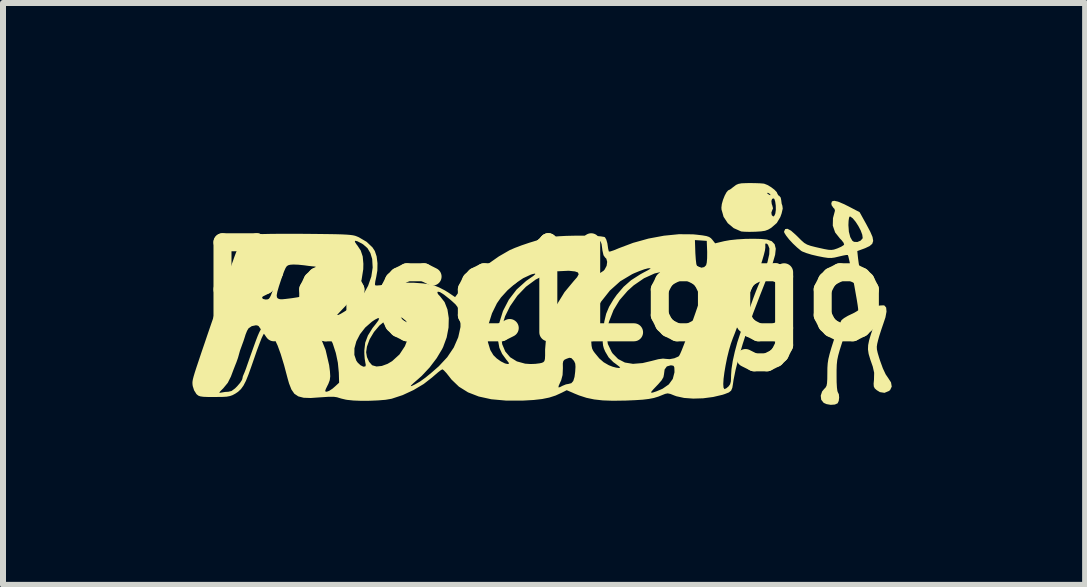
<source format=kicad_pcb>
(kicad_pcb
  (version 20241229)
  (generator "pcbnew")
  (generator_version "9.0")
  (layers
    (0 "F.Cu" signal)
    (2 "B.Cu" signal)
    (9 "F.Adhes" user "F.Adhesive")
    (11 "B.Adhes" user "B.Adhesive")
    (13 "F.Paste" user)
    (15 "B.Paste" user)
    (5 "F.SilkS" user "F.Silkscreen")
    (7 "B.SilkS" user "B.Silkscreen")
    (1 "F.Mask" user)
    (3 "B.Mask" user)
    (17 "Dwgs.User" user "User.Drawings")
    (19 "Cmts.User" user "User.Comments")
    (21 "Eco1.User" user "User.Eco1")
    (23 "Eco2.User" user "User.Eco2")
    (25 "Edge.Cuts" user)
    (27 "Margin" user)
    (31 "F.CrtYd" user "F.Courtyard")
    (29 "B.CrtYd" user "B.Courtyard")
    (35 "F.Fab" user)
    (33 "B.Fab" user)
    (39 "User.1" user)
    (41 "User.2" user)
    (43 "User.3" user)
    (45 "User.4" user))
  (footprint "RocciLogo"
    (layer "F.Cu")
    (at 6.014 1.808)
    (property "Reference" "RocciLogo" (at 0 0 0) (layer "F.SilkS") (effects (font (size 1.5 1.5) (thickness 0.3))))
    (attr board_only exclude_from_pos_files exclude_from_bom)
    (fp_poly (pts (xy 3.515 -1.807) (xy 3.599 -1.804) (xy 3.658 -1.799) (xy 3.669 -1.797) (xy 3.722 -1.776) (xy 3.783 -1.74) (xy 3.839 -1.697) (xy 3.877 -1.657) (xy 3.886 -1.635) (xy 3.903 -1.604) (xy 3.919 -1.595) (xy 3.943 -1.566) (xy 3.952 -1.521) (xy 3.959 -1.465) (xy 3.971 -1.43) (xy 3.977 -1.383) (xy 3.958 -1.301) (xy 3.936 -1.24) (xy 3.878 -1.143) (xy 3.785 -1.062) (xy 3.734 -1.032) (xy 3.682 -1.013) (xy 3.615 -1.003) (xy 3.518 -0.997) (xy 3.513 -0.997) (xy 3.421 -0.995) (xy 3.343 -0.997) (xy 3.291 -1.001) (xy 3.282 -1.003) (xy 3.16 -1.057) (xy 3.061 -1.14) (xy 2.991 -1.246) (xy 2.972 -1.315) (xy 3.787 -1.315) (xy 3.794 -1.274) (xy 3.817 -1.252) (xy 3.822 -1.251) (xy 3.841 -1.27) (xy 3.854 -1.302) (xy 3.862 -1.362) (xy 3.861 -1.432) (xy 3.852 -1.497) (xy 3.838 -1.541) (xy 3.828 -1.552) (xy 3.8 -1.545) (xy 3.788 -1.509) (xy 3.794 -1.458) (xy 3.802 -1.438) (xy 3.815 -1.387) (xy 3.801 -1.354) (xy 3.787 -1.315) (xy 2.972 -1.315) (xy 2.957 -1.366) (xy 2.955 -1.399) (xy 2.962 -1.458) (xy 2.982 -1.529) (xy 3.01 -1.599) (xy 3.031 -1.638) (xy 3.717 -1.638) (xy 3.732 -1.625) (xy 3.767 -1.605) (xy 3.772 -1.612) (xy 3.765 -1.625) (xy 3.733 -1.645) (xy 3.725 -1.646) (xy 3.717 -1.638) (xy 3.031 -1.638) (xy 3.041 -1.656) (xy 3.069 -1.688) (xy 3.077 -1.69) (xy 3.102 -1.703) (xy 3.145 -1.736) (xy 3.161 -1.748) (xy 3.199 -1.777) (xy 3.238 -1.794) (xy 3.29 -1.804) (xy 3.367 -1.807) (xy 3.421 -1.808)) (stroke (width 0) (type solid)) (fill yes) (layer "F.SilkS"))
    (fp_poly (pts (xy 4.898 -1.499) (xy 4.993 -1.459) (xy 5.074 -1.419) (xy 5.258 -1.323) (xy 5.372 -1.117) (xy 5.435 -0.998) (xy 5.473 -0.91) (xy 5.484 -0.844) (xy 5.468 -0.796) (xy 5.424 -0.758) (xy 5.352 -0.724) (xy 5.326 -0.714) (xy 5.219 -0.675) (xy 5.232 -0.551) (xy 5.243 -0.471) (xy 5.26 -0.369) (xy 5.281 -0.254) (xy 5.304 -0.134) (xy 5.329 -0.017) (xy 5.353 0.088) (xy 5.374 0.173) (xy 5.39 0.23) (xy 5.399 0.249) (xy 5.434 0.26) (xy 5.501 0.251) (xy 5.528 0.245) (xy 5.597 0.232) (xy 5.653 0.229) (xy 5.671 0.232) (xy 5.7 0.266) (xy 5.706 0.333) (xy 5.688 0.43) (xy 5.654 0.532) (xy 5.62 0.631) (xy 5.585 0.74) (xy 5.566 0.808) (xy 5.551 0.87) (xy 5.544 0.918) (xy 5.546 0.964) (xy 5.559 1.022) (xy 5.583 1.103) (xy 5.599 1.152) (xy 5.645 1.279) (xy 5.692 1.379) (xy 5.731 1.436) (xy 5.781 1.513) (xy 5.793 1.583) (xy 5.766 1.64) (xy 5.747 1.656) (xy 5.672 1.687) (xy 5.596 1.675) (xy 5.544 1.643) (xy 5.51 1.613) (xy 5.494 1.581) (xy 5.491 1.534) (xy 5.497 1.472) (xy 5.5 1.352) (xy 5.477 1.25) (xy 5.435 1.13) (xy 5.408 1.038) (xy 5.397 0.963) (xy 5.4 0.892) (xy 5.416 0.812) (xy 5.446 0.711) (xy 5.456 0.682) (xy 5.486 0.586) (xy 5.511 0.507) (xy 5.527 0.452) (xy 5.532 0.431) (xy 5.514 0.419) (xy 5.494 0.417) (xy 5.451 0.424) (xy 5.381 0.443) (xy 5.298 0.469) (xy 5.214 0.498) (xy 5.14 0.526) (xy 5.091 0.549) (xy 5.078 0.557) (xy 5.062 0.586) (xy 5.036 0.649) (xy 5.004 0.736) (xy 4.969 0.839) (xy 4.963 0.858) (xy 4.926 0.975) (xy 4.901 1.065) (xy 4.885 1.141) (xy 4.877 1.218) (xy 4.874 1.31) (xy 4.874 1.4) (xy 4.875 1.51) (xy 4.88 1.599) (xy 4.888 1.658) (xy 4.896 1.679) (xy 4.912 1.711) (xy 4.917 1.766) (xy 4.91 1.822) (xy 4.891 1.862) (xy 4.891 1.862) (xy 4.845 1.882) (xy 4.777 1.887) (xy 4.707 1.875) (xy 4.659 1.854) (xy 4.618 1.802) (xy 4.61 1.734) (xy 4.633 1.664) (xy 4.665 1.625) (xy 4.691 1.598) (xy 4.707 1.568) (xy 4.715 1.525) (xy 4.719 1.458) (xy 4.72 1.359) (xy 4.721 1.271) (xy 4.726 1.196) (xy 4.737 1.124) (xy 4.757 1.042) (xy 4.786 0.941) (xy 4.821 0.831) (xy 4.859 0.717) (xy 4.896 0.616) (xy 4.927 0.535) (xy 4.951 0.485) (xy 4.958 0.474) (xy 4.998 0.442) (xy 5.062 0.404) (xy 5.108 0.382) (xy 5.172 0.351) (xy 5.219 0.323) (xy 5.234 0.311) (xy 5.233 0.285) (xy 5.225 0.224) (xy 5.211 0.136) (xy 5.192 0.029) (xy 5.171 -0.091) (xy 5.147 -0.214) (xy 5.124 -0.332) (xy 5.103 -0.439) (xy 5.084 -0.527) (xy 5.07 -0.586) (xy 5.061 -0.61) (xy 5.037 -0.61) (xy 4.982 -0.6) (xy 4.909 -0.583) (xy 4.841 -0.567) (xy 4.786 -0.56) (xy 4.73 -0.561) (xy 4.661 -0.571) (xy 4.564 -0.59) (xy 4.555 -0.592) (xy 4.457 -0.615) (xy 4.369 -0.642) (xy 4.305 -0.667) (xy 4.285 -0.678) (xy 4.217 -0.734) (xy 4.147 -0.8) (xy 4.083 -0.869) (xy 4.033 -0.933) (xy 4.003 -0.981) (xy 3.999 -1.001) (xy 4.019 -1.042) (xy 4.057 -1.046) (xy 4.115 -1.015) (xy 4.193 -0.946) (xy 4.222 -0.918) (xy 4.286 -0.854) (xy 4.335 -0.811) (xy 4.383 -0.783) (xy 4.442 -0.762) (xy 4.525 -0.741) (xy 4.573 -0.73) (xy 4.672 -0.708) (xy 4.74 -0.696) (xy 4.788 -0.694) (xy 4.83 -0.7) (xy 4.875 -0.715) (xy 4.889 -0.72) (xy 4.95 -0.747) (xy 4.991 -0.773) (xy 5 -0.784) (xy 4.99 -0.814) (xy 4.956 -0.858) (xy 4.931 -0.883) (xy 4.85 -0.985) (xy 4.811 -1.098) (xy 4.811 -1.108) (xy 5.071 -1.108) (xy 5.079 -0.997) (xy 5.102 -0.908) (xy 5.136 -0.848) (xy 5.164 -0.829) (xy 5.22 -0.826) (xy 5.273 -0.848) (xy 5.306 -0.884) (xy 5.309 -0.894) (xy 5.302 -0.947) (xy 5.276 -1.018) (xy 5.236 -1.094) (xy 5.189 -1.166) (xy 5.143 -1.221) (xy 5.103 -1.25) (xy 5.093 -1.251) (xy 5.082 -1.231) (xy 5.074 -1.178) (xy 5.071 -1.108) (xy 4.811 -1.108) (xy 4.814 -1.224) (xy 4.833 -1.295) (xy 4.847 -1.348) (xy 4.839 -1.378) (xy 4.822 -1.394) (xy 4.792 -1.437) (xy 4.786 -1.468) (xy 4.797 -1.503) (xy 4.834 -1.513)) (stroke (width 0) (type solid)) (fill yes) (layer "F.SilkS"))
    (fp_poly (pts (xy -4.168 -0.963) (xy -3.985 -0.962) (xy -3.777 -0.96) (xy -3.609 -0.958) (xy -3.475 -0.956) (xy -3.37 -0.953) (xy -3.29 -0.949) (xy -3.229 -0.944) (xy -3.184 -0.938) (xy -3.148 -0.93) (xy -3.118 -0.919) (xy -3.088 -0.906) (xy -3.084 -0.904) (xy -2.956 -0.829) (xy -2.859 -0.737) (xy -2.819 -0.676) (xy -2.789 -0.586) (xy -2.775 -0.473) (xy -2.777 -0.351) (xy -2.796 -0.241) (xy -2.811 -0.173) (xy -2.817 -0.123) (xy -2.813 -0.105) (xy -2.786 -0.101) (xy -2.727 -0.106) (xy -2.646 -0.117) (xy -2.613 -0.123) (xy -2.477 -0.141) (xy -2.323 -0.149) (xy -2.165 -0.147) (xy -2.015 -0.136) (xy -1.887 -0.117) (xy -1.829 -0.102) (xy -1.746 -0.068) (xy -1.653 -0.02) (xy -1.599 0.013) (xy -1.482 0.092) (xy -1.427 0.019) (xy -1.293 -0.14) (xy -1.128 -0.3) (xy -0.944 -0.452) (xy -0.753 -0.586) (xy -0.573 -0.69) (xy -0.488 -0.727) (xy -0.375 -0.77) (xy -0.245 -0.814) (xy -0.111 -0.855) (xy 0.012 -0.888) (xy 0.077 -0.903) (xy 0.15 -0.914) (xy 0.25 -0.922) (xy 0.368 -0.928) (xy 0.496 -0.931) (xy 0.626 -0.932) (xy 0.75 -0.931) (xy 0.859 -0.927) (xy 0.945 -0.92) (xy 1 -0.911) (xy 1.015 -0.905) (xy 1.037 -0.867) (xy 1.055 -0.805) (xy 1.059 -0.778) (xy 1.068 -0.716) (xy 1.078 -0.674) (xy 1.082 -0.667) (xy 1.106 -0.669) (xy 1.16 -0.687) (xy 1.231 -0.716) (xy 1.245 -0.722) (xy 1.484 -0.812) (xy 1.65 -0.858) (xy 2.514 -0.858) (xy 2.521 -0.643) (xy 2.528 -0.538) (xy 2.537 -0.461) (xy 2.55 -0.418) (xy 2.554 -0.412) (xy 2.611 -0.396) (xy 2.668 -0.408) (xy 2.7 -0.439) (xy 2.711 -0.482) (xy 2.717 -0.554) (xy 2.718 -0.644) (xy 2.718 -0.664) (xy 2.711 -0.845) (xy 2.612 -0.852) (xy 2.514 -0.858) (xy 1.65 -0.858) (xy 1.739 -0.883) (xy 1.997 -0.931) (xy 2.248 -0.956) (xy 2.48 -0.954) (xy 2.535 -0.949) (xy 2.637 -0.937) (xy 2.706 -0.925) (xy 2.75 -0.91) (xy 2.78 -0.89) (xy 2.803 -0.865) (xy 2.851 -0.804) (xy 3.001 -0.84) (xy 3.096 -0.857) (xy 3.219 -0.87) (xy 3.355 -0.878) (xy 3.491 -0.88) (xy 3.613 -0.877) (xy 3.707 -0.868) (xy 3.716 -0.867) (xy 3.794 -0.839) (xy 3.842 -0.789) (xy 3.861 -0.714) (xy 3.85 -0.612) (xy 3.811 -0.479) (xy 3.789 -0.42) (xy 3.753 -0.329) (xy 3.706 -0.21) (xy 3.654 -0.078) (xy 3.602 0.054) (xy 3.589 0.088) (xy 3.485 0.358) (xy 3.392 0.621) (xy 3.311 0.869) (xy 3.244 1.098) (xy 3.192 1.301) (xy 3.157 1.473) (xy 3.149 1.531) (xy 3.137 1.603) (xy 3.117 1.65) (xy 3.08 1.68) (xy 3.014 1.706) (xy 2.975 1.719) (xy 2.818 1.756) (xy 2.651 1.778) (xy 2.486 1.783) (xy 2.334 1.772) (xy 2.206 1.744) (xy 2.17 1.731) (xy 2.105 1.705) (xy 2.06 1.696) (xy 2.019 1.704) (xy 1.981 1.719) (xy 1.904 1.75) (xy 1.828 1.773) (xy 1.744 1.789) (xy 1.644 1.801) (xy 1.518 1.809) (xy 1.358 1.816) (xy 1.347 1.816) (xy 1.146 1.819) (xy 0.979 1.813) (xy 0.836 1.797) (xy 0.707 1.77) (xy 0.584 1.73) (xy 0.503 1.697) (xy 0.472 1.683) (xy 1.783 1.683) (xy 1.801 1.684) (xy 1.816 1.681) (xy 1.873 1.662) (xy 1.945 1.632) (xy 1.976 1.618) (xy 2.078 1.547) (xy 2.084 1.539) (xy 2.986 1.539) (xy 2.99 1.599) (xy 3.005 1.624) (xy 3.008 1.625) (xy 3.038 1.61) (xy 3.074 1.58) (xy 3.1 1.544) (xy 3.113 1.496) (xy 3.116 1.421) (xy 3.116 1.399) (xy 3.123 1.292) (xy 3.144 1.156) (xy 3.178 1.003) (xy 3.221 0.843) (xy 3.272 0.688) (xy 3.321 0.559) (xy 3.354 0.477) (xy 3.394 0.372) (xy 3.433 0.261) (xy 3.448 0.219) (xy 3.487 0.109) (xy 3.53 -0.005) (xy 3.57 -0.103) (xy 3.583 -0.132) (xy 3.666 -0.328) (xy 3.723 -0.492) (xy 3.752 -0.622) (xy 3.755 -0.718) (xy 3.731 -0.78) (xy 3.721 -0.79) (xy 3.696 -0.805) (xy 3.686 -0.789) (xy 3.687 -0.736) (xy 3.687 -0.734) (xy 3.681 -0.687) (xy 3.662 -0.61) (xy 3.633 -0.511) (xy 3.596 -0.4) (xy 3.556 -0.286) (xy 3.515 -0.18) (xy 3.479 -0.099) (xy 3.445 -0.019) (xy 3.401 0.089) (xy 3.354 0.212) (xy 3.309 0.336) (xy 3.304 0.351) (xy 3.261 0.471) (xy 3.219 0.587) (xy 3.181 0.688) (xy 3.152 0.761) (xy 3.148 0.771) (xy 3.113 0.868) (xy 3.08 0.981) (xy 3.05 1.103) (xy 3.025 1.228) (xy 3.005 1.346) (xy 2.991 1.453) (xy 2.986 1.539) (xy 2.084 1.539) (xy 2.145 1.455) (xy 2.173 1.346) (xy 2.173 1.325) (xy 2.171 1.265) (xy 2.159 1.238) (xy 2.13 1.23) (xy 2.108 1.229) (xy 2.046 1.247) (xy 2.009 1.298) (xy 1.998 1.381) (xy 1.989 1.426) (xy 1.96 1.477) (xy 1.903 1.543) (xy 1.876 1.571) (xy 1.818 1.632) (xy 1.788 1.668) (xy 1.783 1.683) (xy 0.472 1.683) (xy 0.378 1.643) (xy 0.293 1.686) (xy 0.192 1.732) (xy 0.086 1.766) (xy -0.032 1.79) (xy -0.173 1.806) (xy -0.348 1.816) (xy -0.357 1.816) (xy -0.635 1.816) (xy -0.878 1.794) (xy -1.088 1.748) (xy -1.266 1.679) (xy -1.399 1.596) (xy 0.24 1.596) (xy 0.263 1.593) (xy 0.307 1.57) (xy 0.365 1.546) (xy 0.409 1.538) (xy 0.455 1.526) (xy 0.487 1.49) (xy 0.508 1.422) (xy 0.519 1.336) (xy 0.524 1.254) (xy 0.52 1.201) (xy 0.503 1.162) (xy 0.489 1.143) (xy 0.455 1.108) (xy 0.422 1.103) (xy 0.378 1.118) (xy 0.341 1.135) (xy 0.321 1.158) (xy 0.313 1.197) (xy 0.314 1.265) (xy 0.314 1.281) (xy 0.309 1.39) (xy 0.285 1.48) (xy 0.271 1.509) (xy 0.244 1.57) (xy 0.24 1.596) (xy -1.399 1.596) (xy -1.417 1.585) (xy -1.542 1.465) (xy -1.58 1.416) (xy -1.628 1.356) (xy -1.669 1.312) (xy -1.693 1.295) (xy -1.693 1.295) (xy -1.719 1.309) (xy -1.768 1.347) (xy -1.831 1.401) (xy -1.863 1.429) (xy -2.004 1.539) (xy -2.173 1.64) (xy -2.356 1.725) (xy -2.535 1.784) (xy -2.548 1.787) (xy -2.641 1.803) (xy -2.764 1.813) (xy -2.903 1.819) (xy -3.045 1.82) (xy -3.175 1.815) (xy -3.28 1.804) (xy -3.304 1.8) (xy -3.376 1.783) (xy -3.439 1.764) (xy -3.447 1.761) (xy -3.501 1.753) (xy -3.592 1.753) (xy -3.715 1.761) (xy -3.732 1.762) (xy -3.887 1.773) (xy -4.005 1.769) (xy -4.094 1.746) (xy -4.16 1.702) (xy -4.209 1.631) (xy -4.248 1.531) (xy -4.271 1.451) (xy -4.331 1.225) (xy -4.387 1.041) (xy -4.439 0.898) (xy -4.487 0.796) (xy -4.532 0.732) (xy -4.533 0.731) (xy -4.59 0.685) (xy -4.633 0.67) (xy -4.64 0.671) (xy -4.657 0.686) (xy -4.678 0.719) (xy -4.705 0.775) (xy -4.738 0.859) (xy -4.781 0.973) (xy -4.833 1.123) (xy -4.873 1.238) (xy -4.924 1.381) (xy -4.967 1.488) (xy -5.008 1.567) (xy -5.05 1.625) (xy -5.098 1.67) (xy -5.146 1.702) (xy -5.191 1.726) (xy -5.235 1.741) (xy -5.288 1.751) (xy -5.362 1.755) (xy -5.467 1.756) (xy -5.492 1.756) (xy -5.601 1.756) (xy -5.676 1.753) (xy -5.725 1.746) (xy -5.757 1.735) (xy -5.782 1.716) (xy -5.794 1.704) (xy -5.807 1.682) (xy -5.41 1.682) (xy -5.401 1.687) (xy -5.379 1.683) (xy -5.313 1.672) (xy -5.26 1.669) (xy -5.206 1.656) (xy -5.148 1.613) (xy -5.112 1.577) (xy -5.065 1.522) (xy -5.035 1.476) (xy -5.027 1.456) (xy -5.018 1.412) (xy -5.008 1.388) (xy -4.99 1.346) (xy -4.965 1.281) (xy -4.951 1.24) (xy -4.889 1.063) (xy -4.839 0.923) (xy -4.8 0.815) (xy -4.77 0.737) (xy -4.747 0.684) (xy -4.73 0.65) (xy -4.726 0.644) (xy -4.707 0.606) (xy -4.718 0.585) (xy -4.735 0.574) (xy -4.799 0.561) (xy -4.87 0.576) (xy -4.923 0.612) (xy -4.948 0.654) (xy -4.974 0.719) (xy -4.982 0.746) (xy -5.007 0.823) (xy -5.033 0.894) (xy -5.039 0.911) (xy -5.065 0.982) (xy -5.082 1.043) (xy -5.099 1.104) (xy -5.126 1.18) (xy -5.137 1.207) (xy -5.17 1.291) (xy -5.205 1.384) (xy -5.217 1.416) (xy -5.269 1.52) (xy -5.344 1.611) (xy -5.392 1.659) (xy -5.41 1.682) (xy -5.807 1.682) (xy -5.83 1.646) (xy -5.853 1.574) (xy -5.854 1.566) (xy -5.857 1.542) (xy -5.858 1.519) (xy -5.856 1.493) (xy -5.85 1.459) (xy -5.838 1.413) (xy -5.819 1.349) (xy -5.792 1.265) (xy -5.755 1.155) (xy -5.708 1.014) (xy -5.648 0.839) (xy -5.613 0.735) (xy -5.542 0.528) (xy -3.809 0.528) (xy -3.807 0.556) (xy -3.787 0.614) (xy -3.755 0.69) (xy -3.736 0.731) (xy -3.639 0.973) (xy -3.58 1.227) (xy -3.567 1.328) (xy -3.562 1.412) (xy -3.57 1.475) (xy -3.594 1.539) (xy -3.607 1.564) (xy -3.636 1.624) (xy -3.646 1.655) (xy -3.638 1.667) (xy -3.619 1.668) (xy -3.58 1.654) (xy -3.525 1.618) (xy -3.496 1.593) (xy -3.478 1.577) (xy -2.221 1.577) (xy -2.198 1.57) (xy -2.147 1.545) (xy -2.065 1.498) (xy -1.975 1.433) (xy -1.869 1.346) (xy -1.753 1.244) (xy -1.613 1.094) (xy -1.504 0.932) (xy -1.43 0.762) (xy -1.414 0.692) (xy -0.943 0.692) (xy -0.935 0.842) (xy -0.895 0.974) (xy -0.844 1.059) (xy -0.788 1.114) (xy -0.719 1.163) (xy -0.651 1.197) (xy -0.607 1.207) (xy -0.585 1.203) (xy -0.588 1.186) (xy -0.619 1.145) (xy -0.625 1.139) (xy -0.699 1.037) (xy -0.744 0.937) (xy -0.765 0.822) (xy -0.768 0.737) (xy -0.716 0.737) (xy -0.697 0.877) (xy -0.646 0.998) (xy -0.564 1.094) (xy -0.453 1.163) (xy -0.315 1.201) (xy -0.226 1.207) (xy -0.144 1.204) (xy -0.072 1.195) (xy -0.036 1.187) (xy -0.01 1.175) (xy 0.006 1.157) (xy 0.015 1.123) (xy 0.018 1.066) (xy 0.018 0.974) (xy 0.018 0.962) (xy 0.037 0.737) (xy 0.786 0.737) (xy 0.787 0.837) (xy 0.792 0.904) (xy 0.802 0.951) (xy 0.821 0.989) (xy 0.845 1.022) (xy 0.921 1.114) (xy 0.993 1.177) (xy 1.074 1.224) (xy 1.087 1.23) (xy 1.144 1.252) (xy 1.201 1.267) (xy 1.245 1.273) (xy 1.268 1.268) (xy 1.261 1.256) (xy 1.232 1.233) (xy 1.182 1.195) (xy 1.155 1.176) (xy 1.077 1.097) (xy 1.02 1.001) (xy 0.997 0.948) (xy 0.984 0.9) (xy 0.978 0.847) (xy 0.979 0.776) (xy 0.982 0.728) (xy 1.042 0.728) (xy 1.063 0.873) (xy 1.127 1.007) (xy 1.144 1.032) (xy 1.235 1.124) (xy 1.347 1.182) (xy 1.482 1.204) (xy 1.642 1.191) (xy 1.79 1.156) (xy 1.903 1.127) (xy 1.982 1.116) (xy 2.026 1.121) (xy 2.093 1.126) (xy 2.171 1.111) (xy 2.236 1.083) (xy 2.248 1.074) (xy 2.265 1.044) (xy 2.293 0.98) (xy 2.33 0.886) (xy 2.374 0.77) (xy 2.422 0.638) (xy 2.473 0.496) (xy 2.524 0.351) (xy 2.573 0.208) (xy 2.617 0.075) (xy 2.655 -0.043) (xy 2.684 -0.138) (xy 2.702 -0.205) (xy 2.706 -0.231) (xy 2.711 -0.296) (xy 2.514 -0.31) (xy 2.406 -0.318) (xy 2.299 -0.328) (xy 2.211 -0.338) (xy 2.195 -0.34) (xy 2.02 -0.342) (xy 1.842 -0.302) (xy 1.666 -0.222) (xy 1.494 -0.104) (xy 1.393 -0.013) (xy 1.259 0.141) (xy 1.158 0.307) (xy 1.084 0.496) (xy 1.063 0.572) (xy 1.042 0.728) (xy 0.982 0.728) (xy 0.985 0.674) (xy 0.987 0.656) (xy 1.004 0.5) (xy 1.035 0.37) (xy 1.084 0.253) (xy 1.157 0.131) (xy 1.212 0.053) (xy 1.325 -0.079) (xy 1.45 -0.189) (xy 1.603 -0.287) (xy 1.657 -0.317) (xy 1.731 -0.356) (xy 1.769 -0.379) (xy 1.775 -0.389) (xy 1.752 -0.389) (xy 1.73 -0.387) (xy 1.673 -0.372) (xy 1.592 -0.343) (xy 1.5 -0.305) (xy 1.466 -0.289) (xy 1.27 -0.172) (xy 1.097 -0.017) (xy 0.949 0.17) (xy 0.873 0.3) (xy 0.823 0.424) (xy 0.796 0.557) (xy 0.786 0.714) (xy 0.786 0.737) (xy 0.037 0.737) (xy 0.039 0.715) (xy 0.101 0.471) (xy 0.203 0.234) (xy 0.341 0.01) (xy 0.491 -0.171) (xy 0.551 -0.24) (xy 0.577 -0.288) (xy 0.565 -0.318) (xy 0.561 -0.32) (xy 0.82 -0.32) (xy 0.849 -0.303) (xy 0.926 -0.304) (xy 0.992 -0.347) (xy 1.01 -0.368) (xy 1.043 -0.43) (xy 1.052 -0.495) (xy 1.038 -0.548) (xy 1.018 -0.567) (xy 0.991 -0.605) (xy 0.973 -0.685) (xy 0.969 -0.716) (xy 0.959 -0.79) (xy 0.945 -0.83) (xy 0.924 -0.848) (xy 0.908 -0.852) (xy 0.886 -0.853) (xy 0.872 -0.842) (xy 0.863 -0.814) (xy 0.857 -0.759) (xy 0.852 -0.67) (xy 0.85 -0.632) (xy 0.845 -0.532) (xy 0.837 -0.444) (xy 0.829 -0.381) (xy 0.824 -0.359) (xy 0.82 -0.32) (xy 0.561 -0.32) (xy 0.515 -0.336) (xy 0.422 -0.346) (xy 0.409 -0.347) (xy 0.222 -0.338) (xy 0.038 -0.288) (xy -0.138 -0.201) (xy -0.301 -0.081) (xy -0.445 0.069) (xy -0.567 0.245) (xy -0.649 0.411) (xy -0.701 0.58) (xy -0.716 0.737) (xy -0.768 0.737) (xy -0.768 0.731) (xy -0.746 0.524) (xy -0.684 0.323) (xy -0.586 0.134) (xy -0.456 -0.035) (xy -0.297 -0.178) (xy -0.25 -0.211) (xy -0.178 -0.261) (xy -0.145 -0.291) (xy -0.151 -0.3) (xy -0.194 -0.291) (xy -0.221 -0.282) (xy -0.348 -0.223) (xy -0.481 -0.133) (xy -0.608 -0.022) (xy -0.718 0.099) (xy -0.785 0.195) (xy -0.867 0.362) (xy -0.92 0.53) (xy -0.943 0.692) (xy -1.414 0.692) (xy -1.392 0.59) (xy -1.392 0.424) (xy -1.402 0.367) (xy -1.419 0.305) (xy -1.441 0.257) (xy -1.477 0.211) (xy -1.536 0.157) (xy -1.576 0.123) (xy -1.668 0.05) (xy -1.733 0.009) (xy -1.769 0.001) (xy -1.778 0.019) (xy -1.764 0.045) (xy -1.732 0.079) (xy -1.657 0.175) (xy -1.609 0.298) (xy -1.587 0.443) (xy -1.591 0.6) (xy -1.622 0.763) (xy -1.681 0.924) (xy -1.699 0.96) (xy -1.789 1.11) (xy -1.906 1.264) (xy -2.037 1.404) (xy -2.1 1.46) (xy -2.174 1.524) (xy -2.214 1.562) (xy -2.221 1.577) (xy -3.478 1.577) (xy -3.414 1.518) (xy -3.419 1.351) (xy -3.435 1.185) (xy -3.462 1.055) (xy -3.16 1.055) (xy -3.128 1.15) (xy -3.104 1.184) (xy -3.058 1.227) (xy -3.013 1.25) (xy -3.004 1.251) (xy -2.976 1.246) (xy -2.97 1.222) (xy -2.978 1.18) (xy -2.988 1.118) (xy -2.994 1.034) (xy -2.994 1.011) (xy -2.964 1.011) (xy -2.95 1.091) (xy -2.915 1.169) (xy -2.867 1.224) (xy -2.859 1.229) (xy -2.791 1.248) (xy -2.703 1.239) (xy -2.607 1.204) (xy -2.531 1.159) (xy -2.408 1.047) (xy -2.318 0.91) (xy -2.274 0.797) (xy -2.25 0.673) (xy -2.26 0.57) (xy -2.299 0.49) (xy -2.362 0.438) (xy -2.445 0.418) (xy -2.544 0.434) (xy -2.637 0.48) (xy -2.741 0.564) (xy -2.833 0.673) (xy -2.906 0.795) (xy -2.951 0.918) (xy -2.964 1.011) (xy -2.994 1.011) (xy -2.994 0.977) (xy -2.979 0.851) (xy -2.934 0.731) (xy -2.857 0.607) (xy -2.806 0.543) (xy -2.76 0.481) (xy -2.747 0.447) (xy -2.766 0.442) (xy -2.816 0.467) (xy -2.868 0.502) (xy -2.979 0.599) (xy -3.066 0.71) (xy -3.127 0.828) (xy -3.159 0.945) (xy -3.16 1.055) (xy -3.462 1.055) (xy -3.47 1.02) (xy -3.52 0.866) (xy -3.583 0.734) (xy -3.644 0.648) (xy -3.681 0.594) (xy -3.698 0.554) (xy -3.726 0.517) (xy -3.768 0.505) (xy -3.805 0.522) (xy -3.809 0.528) (xy -5.542 0.528) (xy -5.518 0.459) (xy -5.494 0.389) (xy -3.447 0.389) (xy -3.431 0.391) (xy -3.389 0.371) (xy -3.33 0.336) (xy -3.262 0.291) (xy -3.195 0.243) (xy -3.137 0.196) (xy -3.113 0.174) (xy -3.01 0.047) (xy -2.931 -0.097) (xy -2.878 -0.249) (xy -2.855 -0.401) (xy -2.863 -0.543) (xy -2.893 -0.642) (xy -2.942 -0.724) (xy -3.013 -0.786) (xy -3.039 -0.802) (xy -3.11 -0.838) (xy -3.147 -0.847) (xy -3.152 -0.829) (xy -3.122 -0.783) (xy -3.111 -0.77) (xy -3.054 -0.684) (xy -3.021 -0.585) (xy -3.01 -0.463) (xy -3.012 -0.372) (xy -3.04 -0.195) (xy -3.105 -0.03) (xy -3.209 0.129) (xy -3.308 0.24) (xy -3.369 0.304) (xy -3.416 0.354) (xy -3.443 0.384) (xy -3.447 0.389) (xy -5.494 0.389) (xy -5.436 0.22) (xy -5.393 0.092) (xy -4.698 0.092) (xy -4.685 0.122) (xy -4.64 0.132) (xy -4.634 0.132) (xy -4.607 0.13) (xy -4.586 0.121) (xy -4.567 0.096) (xy -4.55 0.061) (xy -4.454 0.061) (xy -4.45 0.096) (xy -4.434 0.115) (xy -4.429 0.117) (xy -4.409 0.125) (xy -4.389 0.128) (xy -4.359 0.128) (xy -4.308 0.123) (xy -4.226 0.113) (xy -4.195 0.109) (xy -4.1 0.094) (xy -4.014 0.075) (xy -3.952 0.055) (xy -3.943 0.051) (xy -3.833 -0.022) (xy -3.756 -0.112) (xy -3.715 -0.212) (xy -3.71 -0.262) (xy -3.725 -0.324) (xy -3.76 -0.379) (xy -3.806 -0.414) (xy -3.825 -0.418) (xy -3.86 -0.421) (xy -3.924 -0.428) (xy -4.004 -0.439) (xy -4.006 -0.439) (xy -4.095 -0.448) (xy -4.177 -0.451) (xy -4.23 -0.447) (xy -4.261 -0.439) (xy -4.285 -0.424) (xy -4.306 -0.393) (xy -4.33 -0.339) (xy -4.361 -0.255) (xy -4.378 -0.207) (xy -4.418 -0.085) (xy -4.443 0.002) (xy -4.454 0.061) (xy -4.55 0.061) (xy -4.546 0.051) (xy -4.519 -0.022) (xy -4.483 -0.13) (xy -4.48 -0.137) (xy -4.447 -0.241) (xy -4.419 -0.33) (xy -4.399 -0.397) (xy -4.391 -0.432) (xy -4.391 -0.434) (xy -4.408 -0.455) (xy -4.448 -0.46) (xy -4.493 -0.45) (xy -4.52 -0.431) (xy -4.538 -0.396) (xy -4.565 -0.331) (xy -4.597 -0.245) (xy -4.629 -0.151) (xy -4.659 -0.058) (xy -4.683 0.022) (xy -4.696 0.077) (xy -4.698 0.092) (xy -5.393 0.092) (xy -5.367 0.017) (xy -5.308 -0.153) (xy -5.26 -0.294) (xy -5.22 -0.408) (xy -5.187 -0.499) (xy -5.162 -0.57) (xy -5.142 -0.624) (xy -5.127 -0.663) (xy -5.117 -0.686) (xy -5.054 -0.795) (xy -4.97 -0.882) (xy -4.875 -0.938) (xy -4.856 -0.945) (xy -4.806 -0.952) (xy -4.712 -0.958) (xy -4.574 -0.961) (xy -4.393 -0.963)) (stroke (width 0) (type solid)) (fill yes) (layer "F.SilkS")))
  (gr_rect
    (start -3 -3)
    (end 15.029 6.694)
    (stroke (width 0.1) (type default))
    (fill no)
    (layer "Edge.Cuts")))
</source>
